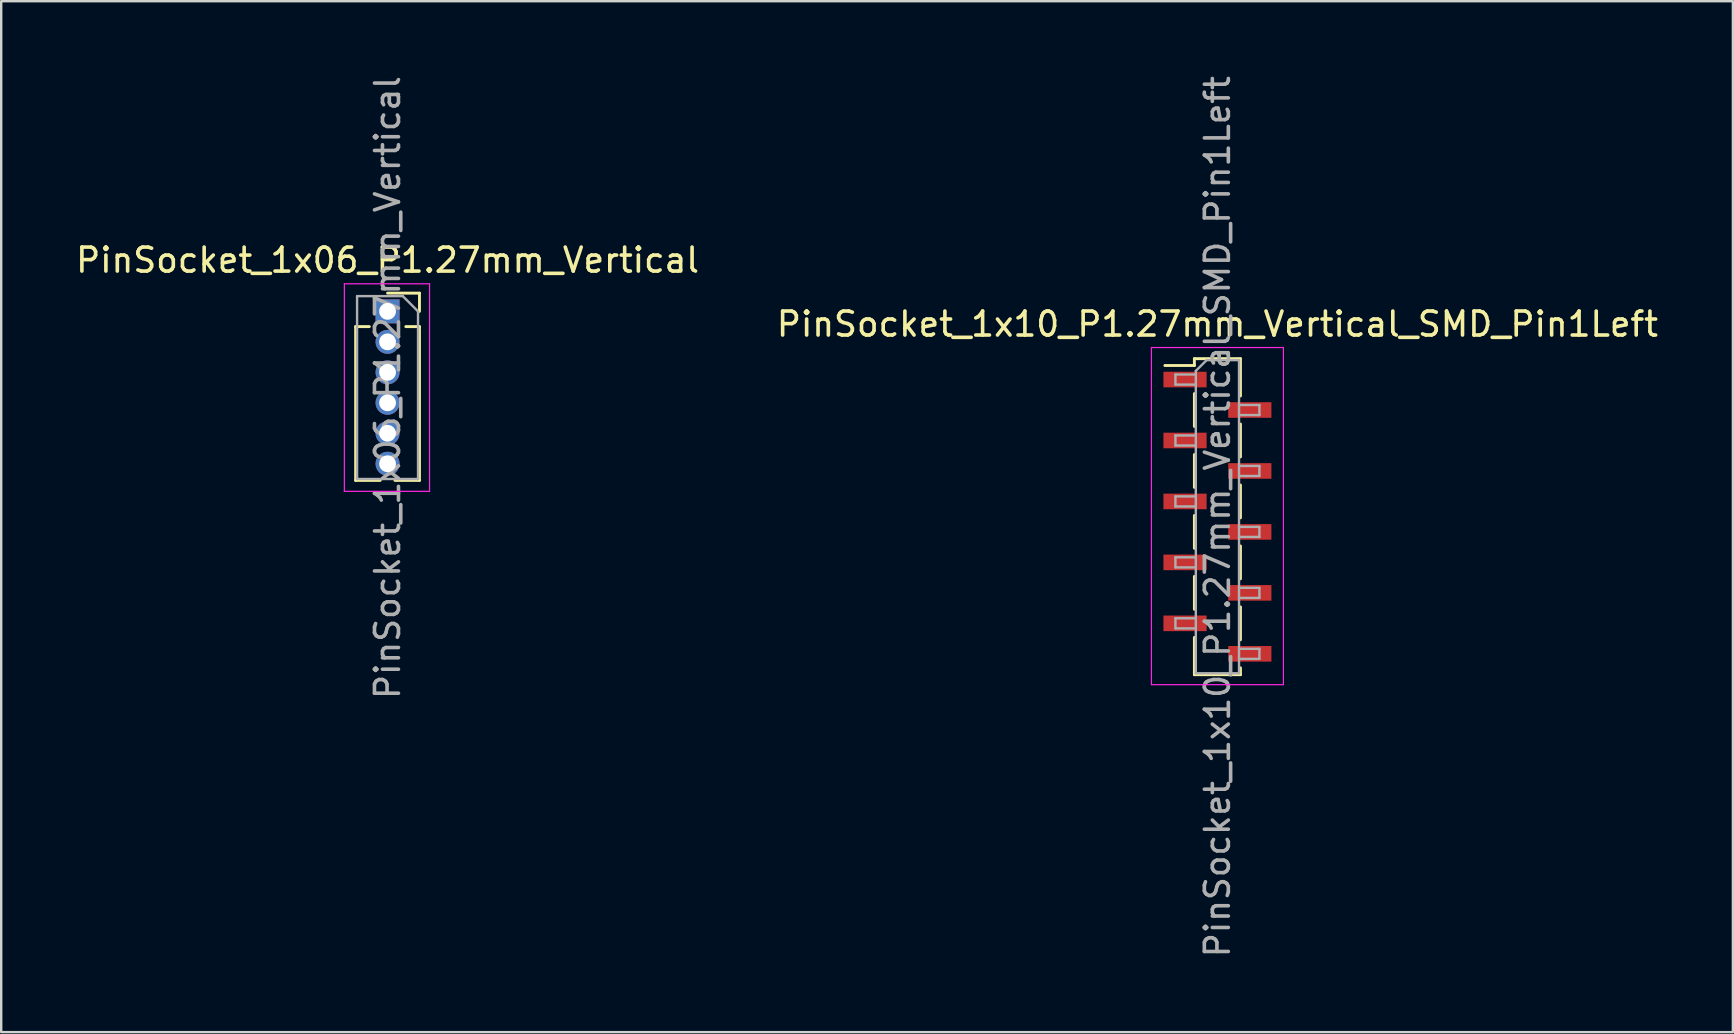
<source format=kicad_pcb>
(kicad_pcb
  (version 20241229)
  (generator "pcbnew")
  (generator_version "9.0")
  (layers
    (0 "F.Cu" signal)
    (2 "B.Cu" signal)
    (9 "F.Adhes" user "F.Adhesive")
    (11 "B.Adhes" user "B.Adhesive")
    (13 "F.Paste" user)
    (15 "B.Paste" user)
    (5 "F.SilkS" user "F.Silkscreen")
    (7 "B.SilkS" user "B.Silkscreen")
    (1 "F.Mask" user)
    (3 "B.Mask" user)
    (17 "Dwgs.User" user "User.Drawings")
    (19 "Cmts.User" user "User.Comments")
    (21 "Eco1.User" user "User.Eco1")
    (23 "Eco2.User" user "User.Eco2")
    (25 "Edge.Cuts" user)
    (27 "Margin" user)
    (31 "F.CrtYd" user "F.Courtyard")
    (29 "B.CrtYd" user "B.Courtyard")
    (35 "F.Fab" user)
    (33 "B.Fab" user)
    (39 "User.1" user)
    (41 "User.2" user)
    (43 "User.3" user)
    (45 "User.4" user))
  (footprint "PinSocket_1x10_P1.27mm_Vertical_SMD_Pin1Left"
    (layer "F.Cu")
    (at 47.685 18.482)
    (property "Reference" "PinSocket_1x10_P1.27mm_Vertical_SMD_Pin1Left" (at 0 -8.025 0) (layer "F.SilkS") (effects (font (size 1 1) (thickness 0.15))))
    (attr smd)
    (fp_line (start -2.19 -6.3) (end -0.96 -6.3) (stroke (width 0.12) (type solid)) (layer "F.SilkS"))
    (fp_line (start -0.96 -6.585) (end -0.96 -6.3) (stroke (width 0.12) (type solid)) (layer "F.SilkS"))
    (fp_line (start -0.96 -6.585) (end 0.96 -6.585) (stroke (width 0.12) (type solid)) (layer "F.SilkS"))
    (fp_line (start -0.96 -5.13) (end -0.96 -3.76) (stroke (width 0.12) (type solid)) (layer "F.SilkS"))
    (fp_line (start -0.96 -2.59) (end -0.96 -1.22) (stroke (width 0.12) (type solid)) (layer "F.SilkS"))
    (fp_line (start -0.96 -0.05) (end -0.96 1.32) (stroke (width 0.12) (type solid)) (layer "F.SilkS"))
    (fp_line (start -0.96 2.49) (end -0.96 3.86) (stroke (width 0.12) (type solid)) (layer "F.SilkS"))
    (fp_line (start -0.96 5.03) (end -0.96 6.585) (stroke (width 0.12) (type solid)) (layer "F.SilkS"))
    (fp_line (start -0.96 6.585) (end 0.96 6.585) (stroke (width 0.12) (type solid)) (layer "F.SilkS"))
    (fp_line (start 0.96 -6.585) (end 0.96 -5.03) (stroke (width 0.12) (type solid)) (layer "F.SilkS"))
    (fp_line (start 0.96 -3.86) (end 0.96 -2.49) (stroke (width 0.12) (type solid)) (layer "F.SilkS"))
    (fp_line (start 0.96 -1.32) (end 0.96 0.05) (stroke (width 0.12) (type solid)) (layer "F.SilkS"))
    (fp_line (start 0.96 1.22) (end 0.96 2.59) (stroke (width 0.12) (type solid)) (layer "F.SilkS"))
    (fp_line (start 0.96 3.76) (end 0.96 5.13) (stroke (width 0.12) (type solid)) (layer "F.SilkS"))
    (fp_line (start 0.96 6.3) (end 0.96 6.585) (stroke (width 0.12) (type solid)) (layer "F.SilkS"))
    (fp_line (start -2.75 -7.05) (end 2.75 -7.05) (stroke (width 0.05) (type solid)) (layer "F.CrtYd"))
    (fp_line (start -2.75 7) (end -2.75 -7.05) (stroke (width 0.05) (type solid)) (layer "F.CrtYd"))
    (fp_line (start 2.75 -7.05) (end 2.75 7) (stroke (width 0.05) (type solid)) (layer "F.CrtYd"))
    (fp_line (start 2.75 7) (end -2.75 7) (stroke (width 0.05) (type solid)) (layer "F.CrtYd"))
    (fp_line (start -1.75 -5.925) (end -0.9 -5.925) (stroke (width 0.1) (type solid)) (layer "F.Fab"))
    (fp_line (start -1.75 -5.505) (end -1.75 -5.925) (stroke (width 0.1) (type solid)) (layer "F.Fab"))
    (fp_line (start -1.75 -3.385) (end -0.9 -3.385) (stroke (width 0.1) (type solid)) (layer "F.Fab"))
    (fp_line (start -1.75 -2.965) (end -1.75 -3.385) (stroke (width 0.1) (type solid)) (layer "F.Fab"))
    (fp_line (start -1.75 -0.845) (end -0.9 -0.845) (stroke (width 0.1) (type solid)) (layer "F.Fab"))
    (fp_line (start -1.75 -0.425) (end -1.75 -0.845) (stroke (width 0.1) (type solid)) (layer "F.Fab"))
    (fp_line (start -1.75 1.695) (end -0.9 1.695) (stroke (width 0.1) (type solid)) (layer "F.Fab"))
    (fp_line (start -1.75 2.115) (end -1.75 1.695) (stroke (width 0.1) (type solid)) (layer "F.Fab"))
    (fp_line (start -1.75 4.235) (end -0.9 4.235) (stroke (width 0.1) (type solid)) (layer "F.Fab"))
    (fp_line (start -1.75 4.655) (end -1.75 4.235) (stroke (width 0.1) (type solid)) (layer "F.Fab"))
    (fp_line (start -0.9 -6.075) (end -0.45 -6.525) (stroke (width 0.1) (type solid)) (layer "F.Fab"))
    (fp_line (start -0.9 -5.505) (end -1.75 -5.505) (stroke (width 0.1) (type solid)) (layer "F.Fab"))
    (fp_line (start -0.9 -2.965) (end -1.75 -2.965) (stroke (width 0.1) (type solid)) (layer "F.Fab"))
    (fp_line (start -0.9 -0.425) (end -1.75 -0.425) (stroke (width 0.1) (type solid)) (layer "F.Fab"))
    (fp_line (start -0.9 2.115) (end -1.75 2.115) (stroke (width 0.1) (type solid)) (layer "F.Fab"))
    (fp_line (start -0.9 4.655) (end -1.75 4.655) (stroke (width 0.1) (type solid)) (layer "F.Fab"))
    (fp_line (start -0.9 6.525) (end -0.9 -6.075) (stroke (width 0.1) (type solid)) (layer "F.Fab"))
    (fp_line (start -0.45 -6.525) (end 0.9 -6.525) (stroke (width 0.1) (type solid)) (layer "F.Fab"))
    (fp_line (start 0.9 -6.525) (end 0.9 6.525) (stroke (width 0.1) (type solid)) (layer "F.Fab"))
    (fp_line (start 0.9 -4.655) (end 1.75 -4.655) (stroke (width 0.1) (type solid)) (layer "F.Fab"))
    (fp_line (start 0.9 -2.115) (end 1.75 -2.115) (stroke (width 0.1) (type solid)) (layer "F.Fab"))
    (fp_line (start 0.9 0.425) (end 1.75 0.425) (stroke (width 0.1) (type solid)) (layer "F.Fab"))
    (fp_line (start 0.9 2.965) (end 1.75 2.965) (stroke (width 0.1) (type solid)) (layer "F.Fab"))
    (fp_line (start 0.9 5.505) (end 1.75 5.505) (stroke (width 0.1) (type solid)) (layer "F.Fab"))
    (fp_line (start 0.9 6.525) (end -0.9 6.525) (stroke (width 0.1) (type solid)) (layer "F.Fab"))
    (fp_line (start 1.75 -4.655) (end 1.75 -4.235) (stroke (width 0.1) (type solid)) (layer "F.Fab"))
    (fp_line (start 1.75 -4.235) (end 0.9 -4.235) (stroke (width 0.1) (type solid)) (layer "F.Fab"))
    (fp_line (start 1.75 -2.115) (end 1.75 -1.695) (stroke (width 0.1) (type solid)) (layer "F.Fab"))
    (fp_line (start 1.75 -1.695) (end 0.9 -1.695) (stroke (width 0.1) (type solid)) (layer "F.Fab"))
    (fp_line (start 1.75 0.425) (end 1.75 0.845) (stroke (width 0.1) (type solid)) (layer "F.Fab"))
    (fp_line (start 1.75 0.845) (end 0.9 0.845) (stroke (width 0.1) (type solid)) (layer "F.Fab"))
    (fp_line (start 1.75 2.965) (end 1.75 3.385) (stroke (width 0.1) (type solid)) (layer "F.Fab"))
    (fp_line (start 1.75 3.385) (end 0.9 3.385) (stroke (width 0.1) (type solid)) (layer "F.Fab"))
    (fp_line (start 1.75 5.505) (end 1.75 5.925) (stroke (width 0.1) (type solid)) (layer "F.Fab"))
    (fp_line (start 1.75 5.925) (end 0.9 5.925) (stroke (width 0.1) (type solid)) (layer "F.Fab"))
    (fp_text user "${REFERENCE}" (at 0 0 90) (layer "F.Fab") (effects (font (size 1 1) (thickness 0.15))))
    (pad "1" smd rect (at -1.35 -5.715) (size 1.8 0.65) (layers "F.Cu" "F.Mask" "F.Paste"))
    (pad "2" smd rect (at 1.35 -4.445) (size 1.8 0.65) (layers "F.Cu" "F.Mask" "F.Paste"))
    (pad "3" smd rect (at -1.35 -3.175) (size 1.8 0.65) (layers "F.Cu" "F.Mask" "F.Paste"))
    (pad "4" smd rect (at 1.35 -1.905) (size 1.8 0.65) (layers "F.Cu" "F.Mask" "F.Paste"))
    (pad "5" smd rect (at -1.35 -0.635) (size 1.8 0.65) (layers "F.Cu" "F.Mask" "F.Paste"))
    (pad "6" smd rect (at 1.35 0.635) (size 1.8 0.65) (layers "F.Cu" "F.Mask" "F.Paste"))
    (pad "7" smd rect (at -1.35 1.905) (size 1.8 0.65) (layers "F.Cu" "F.Mask" "F.Paste"))
    (pad "8" smd rect (at 1.35 3.175) (size 1.8 0.65) (layers "F.Cu" "F.Mask" "F.Paste"))
    (pad "9" smd rect (at -1.35 4.445) (size 1.8 0.65) (layers "F.Cu" "F.Mask" "F.Paste"))
    (pad "10" smd rect (at 1.35 5.715) (size 1.8 0.65) (layers "F.Cu" "F.Mask" "F.Paste")))
  (footprint "PinSocket_1x06_P1.27mm_Vertical"
    (layer "F.Cu")
    (at 13.101 9.926)
    (property "Reference" "PinSocket_1x06_P1.27mm_Vertical" (at 0 -2.135 0) (layer "F.SilkS") (effects (font (size 1 1) (thickness 0.15))))
    (attr through_hole)
    (fp_line (start -1.33 0.635) (end -1.33 7.045) (stroke (width 0.12) (type solid)) (layer "F.SilkS"))
    (fp_line (start -1.33 0.635) (end -0.76 0.635) (stroke (width 0.12) (type solid)) (layer "F.SilkS"))
    (fp_line (start -1.33 7.045) (end -0.308 7.045) (stroke (width 0.12) (type solid)) (layer "F.SilkS"))
    (fp_line (start 0 -0.76) (end 1.33 -0.76) (stroke (width 0.12) (type solid)) (layer "F.SilkS"))
    (fp_line (start 0.308 7.045) (end 1.33 7.045) (stroke (width 0.12) (type solid)) (layer "F.SilkS"))
    (fp_line (start 0.76 0.635) (end 1.33 0.635) (stroke (width 0.12) (type solid)) (layer "F.SilkS"))
    (fp_line (start 1.33 -0.76) (end 1.33 0) (stroke (width 0.12) (type solid)) (layer "F.SilkS"))
    (fp_line (start 1.33 0.635) (end 1.33 7.045) (stroke (width 0.12) (type solid)) (layer "F.SilkS"))
    (fp_line (start -1.8 -1.15) (end 1.75 -1.15) (stroke (width 0.05) (type solid)) (layer "F.CrtYd"))
    (fp_line (start -1.8 7.5) (end -1.8 -1.15) (stroke (width 0.05) (type solid)) (layer "F.CrtYd"))
    (fp_line (start 1.75 -1.15) (end 1.75 7.5) (stroke (width 0.05) (type solid)) (layer "F.CrtYd"))
    (fp_line (start 1.75 7.5) (end -1.8 7.5) (stroke (width 0.05) (type solid)) (layer "F.CrtYd"))
    (fp_line (start -1.27 -0.635) (end 0.635 -0.635) (stroke (width 0.1) (type solid)) (layer "F.Fab"))
    (fp_line (start -1.27 6.985) (end -1.27 -0.635) (stroke (width 0.1) (type solid)) (layer "F.Fab"))
    (fp_line (start 0.635 -0.635) (end 1.27 0) (stroke (width 0.1) (type solid)) (layer "F.Fab"))
    (fp_line (start 1.27 0) (end 1.27 6.985) (stroke (width 0.1) (type solid)) (layer "F.Fab"))
    (fp_line (start 1.27 6.985) (end -1.27 6.985) (stroke (width 0.1) (type solid)) (layer "F.Fab"))
    (fp_text user "${REFERENCE}" (at 0 3.175 90) (layer "F.Fab") (effects (font (size 1 1) (thickness 0.15))))
    (pad "1" thru_hole rect (at 0 0) (size 1 1) (drill 0.7) (layers "*.Cu" "*.Mask"))
    (pad "2" thru_hole oval (at 0 1.27) (size 1 1) (drill 0.7) (layers "*.Cu" "*.Mask"))
    (pad "3" thru_hole oval (at 0 2.54) (size 1 1) (drill 0.7) (layers "*.Cu" "*.Mask"))
    (pad "4" thru_hole oval (at 0 3.81) (size 1 1) (drill 0.7) (layers "*.Cu" "*.Mask"))
    (pad "5" thru_hole oval (at 0 5.08) (size 1 1) (drill 0.7) (layers "*.Cu" "*.Mask"))
    (pad "6" thru_hole oval (at 0 6.35) (size 1 1) (drill 0.7) (layers "*.Cu" "*.Mask")))
  (gr_rect
    (start -3 -3)
    (end 69.167 39.964)
    (stroke (width 0.1) (type default))
    (fill no)
    (layer "Edge.Cuts")))
</source>
